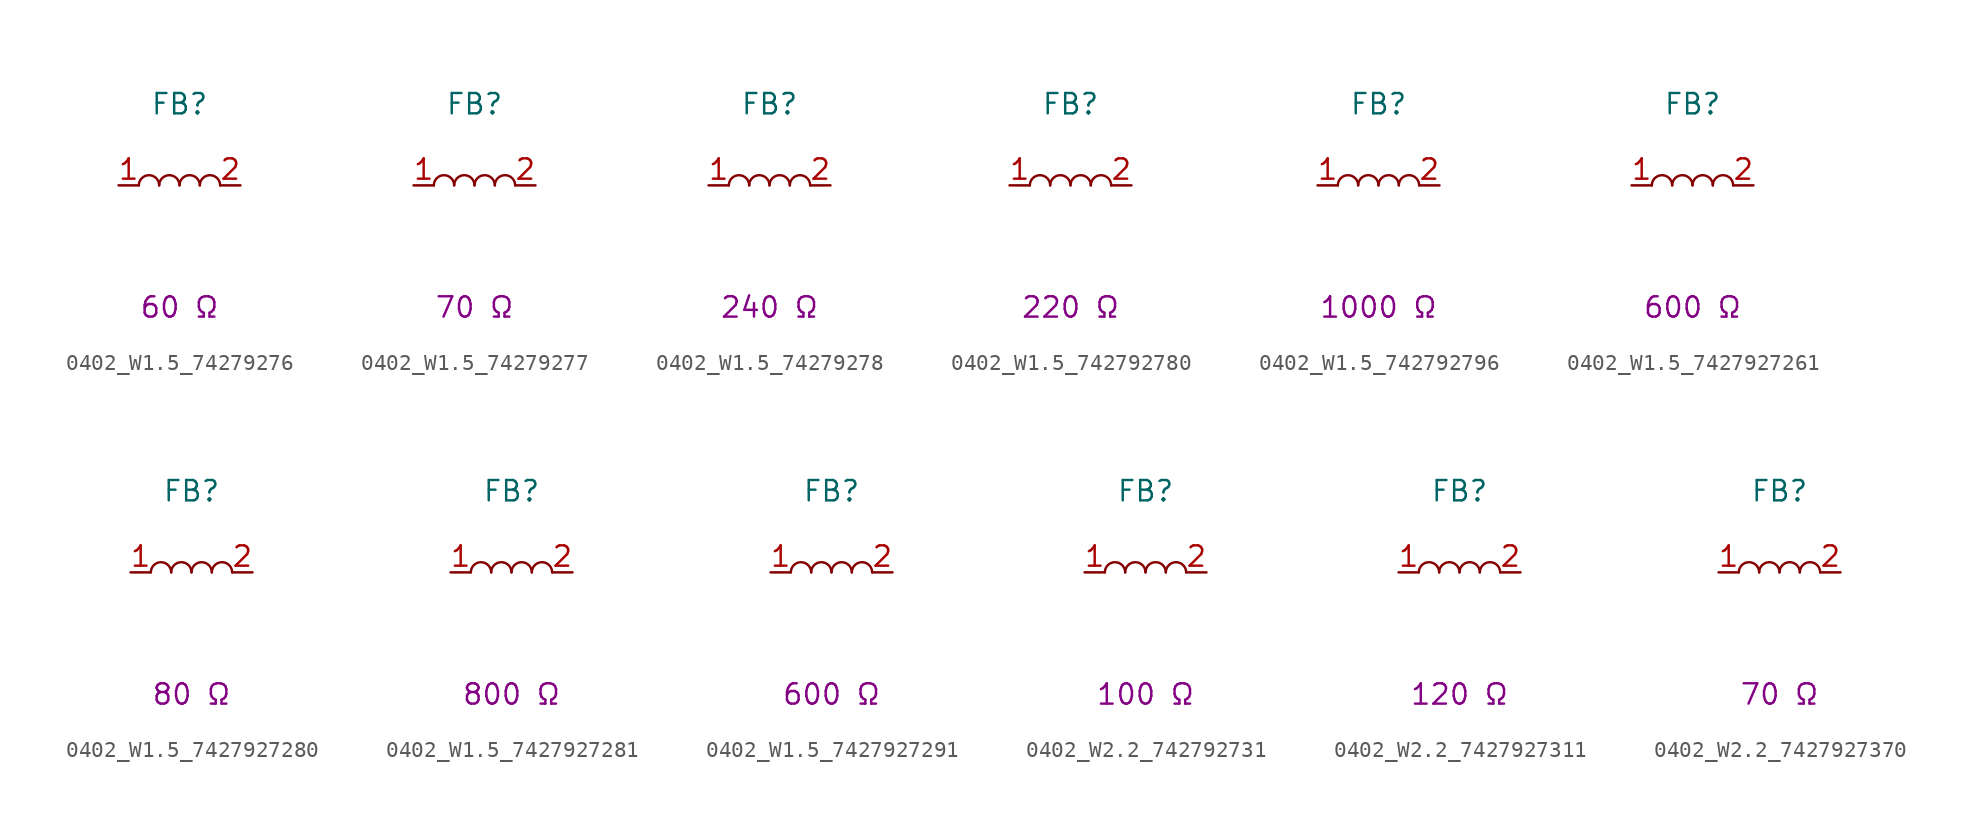
<source format=kicad_sym>
(kicad_symbol_lib
  (version 20220914)
  (generator kicad_symbol_editor)
  (symbol "0402_W1.5_74279276"
    (pin_names hide)
    (property "Reference" "FB"
      (at 0 5.08 0)
      (effects (font (size 1.27 1.27))))
    (property "Critical Parameter" "60 Ω"
      (at 0 -7.62 0)
      (effects (font (size 1.27 1.27))))
    (symbol "0402_W1.5_74279276_0_1"
      (arc (start -1.27 0) (mid -1.905 0.6323) (end -2.54 0) (stroke (width 0) (type default)) (fill (type none)))
      (arc (start 0 0) (mid -0.635 0.6323) (end -1.27 0) (stroke (width 0) (type default)) (fill (type none)))
      (arc (start 1.27 0) (mid 0.635 0.6323) (end 0 0) (stroke (width 0) (type default)) (fill (type none)))
      (arc (start 2.54 0) (mid 1.905 0.6323) (end 1.27 0) (stroke (width 0) (type default)) (fill (type none))))
    (symbol "0402_W1.5_74279276_1_1"
      (pin passive line (at -3.81 0 0) (length 1.27) (name "1" (effects (font (size 1.27 1.27)))) (number "1" (effects (font (size 1.27 1.27)))))
      (pin passive line (at 3.81 0 180) (length 1.27) (name "2" (effects (font (size 1.27 1.27)))) (number "2" (effects (font (size 1.27 1.27)))))))
  (symbol "0402_W1.5_74279277"
    (pin_names hide)
    (property "Reference" "FB"
      (at 0 5.08 0)
      (effects (font (size 1.27 1.27))))
    (property "Critical Parameter" "70 Ω"
      (at 0 -7.62 0)
      (effects (font (size 1.27 1.27))))
    (symbol "0402_W1.5_74279277_0_1"
      (arc (start -1.27 0) (mid -1.905 0.6323) (end -2.54 0) (stroke (width 0) (type default)) (fill (type none)))
      (arc (start 0 0) (mid -0.635 0.6323) (end -1.27 0) (stroke (width 0) (type default)) (fill (type none)))
      (arc (start 1.27 0) (mid 0.635 0.6323) (end 0 0) (stroke (width 0) (type default)) (fill (type none)))
      (arc (start 2.54 0) (mid 1.905 0.6323) (end 1.27 0) (stroke (width 0) (type default)) (fill (type none))))
    (symbol "0402_W1.5_74279277_1_1"
      (pin passive line (at -3.81 0 0) (length 1.27) (name "1" (effects (font (size 1.27 1.27)))) (number "1" (effects (font (size 1.27 1.27)))))
      (pin passive line (at 3.81 0 180) (length 1.27) (name "2" (effects (font (size 1.27 1.27)))) (number "2" (effects (font (size 1.27 1.27)))))))
  (symbol "0402_W1.5_74279278"
    (pin_names hide)
    (property "Reference" "FB"
      (at 0 5.08 0)
      (effects (font (size 1.27 1.27))))
    (property "Critical Parameter" "240 Ω"
      (at 0 -7.62 0)
      (effects (font (size 1.27 1.27))))
    (symbol "0402_W1.5_74279278_0_1"
      (arc (start -1.27 0) (mid -1.905 0.6323) (end -2.54 0) (stroke (width 0) (type default)) (fill (type none)))
      (arc (start 0 0) (mid -0.635 0.6323) (end -1.27 0) (stroke (width 0) (type default)) (fill (type none)))
      (arc (start 1.27 0) (mid 0.635 0.6323) (end 0 0) (stroke (width 0) (type default)) (fill (type none)))
      (arc (start 2.54 0) (mid 1.905 0.6323) (end 1.27 0) (stroke (width 0) (type default)) (fill (type none))))
    (symbol "0402_W1.5_74279278_1_1"
      (pin passive line (at -3.81 0 0) (length 1.27) (name "1" (effects (font (size 1.27 1.27)))) (number "1" (effects (font (size 1.27 1.27)))))
      (pin passive line (at 3.81 0 180) (length 1.27) (name "2" (effects (font (size 1.27 1.27)))) (number "2" (effects (font (size 1.27 1.27)))))))
  (symbol "0402_W1.5_742792780"
    (pin_names hide)
    (property "Reference" "FB"
      (at 0 5.08 0)
      (effects (font (size 1.27 1.27))))
    (property "Critical Parameter" "220 Ω"
      (at 0 -7.62 0)
      (effects (font (size 1.27 1.27))))
    (symbol "0402_W1.5_742792780_0_1"
      (arc (start -1.27 0) (mid -1.905 0.6323) (end -2.54 0) (stroke (width 0) (type default)) (fill (type none)))
      (arc (start 0 0) (mid -0.635 0.6323) (end -1.27 0) (stroke (width 0) (type default)) (fill (type none)))
      (arc (start 1.27 0) (mid 0.635 0.6323) (end 0 0) (stroke (width 0) (type default)) (fill (type none)))
      (arc (start 2.54 0) (mid 1.905 0.6323) (end 1.27 0) (stroke (width 0) (type default)) (fill (type none))))
    (symbol "0402_W1.5_742792780_1_1"
      (pin passive line (at -3.81 0 0) (length 1.27) (name "1" (effects (font (size 1.27 1.27)))) (number "1" (effects (font (size 1.27 1.27)))))
      (pin passive line (at 3.81 0 180) (length 1.27) (name "2" (effects (font (size 1.27 1.27)))) (number "2" (effects (font (size 1.27 1.27)))))))
  (symbol "0402_W1.5_742792796"
    (pin_names hide)
    (property "Reference" "FB"
      (at 0 5.08 0)
      (effects (font (size 1.27 1.27))))
    (property "Critical Parameter" "1000 Ω"
      (at 0 -7.62 0)
      (effects (font (size 1.27 1.27))))
    (symbol "0402_W1.5_742792796_0_1"
      (arc (start -1.27 0) (mid -1.905 0.6323) (end -2.54 0) (stroke (width 0) (type default)) (fill (type none)))
      (arc (start 0 0) (mid -0.635 0.6323) (end -1.27 0) (stroke (width 0) (type default)) (fill (type none)))
      (arc (start 1.27 0) (mid 0.635 0.6323) (end 0 0) (stroke (width 0) (type default)) (fill (type none)))
      (arc (start 2.54 0) (mid 1.905 0.6323) (end 1.27 0) (stroke (width 0) (type default)) (fill (type none))))
    (symbol "0402_W1.5_742792796_1_1"
      (pin passive line (at -3.81 0 0) (length 1.27) (name "1" (effects (font (size 1.27 1.27)))) (number "1" (effects (font (size 1.27 1.27)))))
      (pin passive line (at 3.81 0 180) (length 1.27) (name "2" (effects (font (size 1.27 1.27)))) (number "2" (effects (font (size 1.27 1.27)))))))
  (symbol "0402_W1.5_7427927261"
    (pin_names hide)
    (property "Reference" "FB"
      (at 0 5.08 0)
      (effects (font (size 1.27 1.27))))
    (property "Critical Parameter" "600 Ω"
      (at 0 -7.62 0)
      (effects (font (size 1.27 1.27))))
    (symbol "0402_W1.5_7427927261_0_1"
      (arc (start -1.27 0) (mid -1.905 0.6323) (end -2.54 0) (stroke (width 0) (type default)) (fill (type none)))
      (arc (start 0 0) (mid -0.635 0.6323) (end -1.27 0) (stroke (width 0) (type default)) (fill (type none)))
      (arc (start 1.27 0) (mid 0.635 0.6323) (end 0 0) (stroke (width 0) (type default)) (fill (type none)))
      (arc (start 2.54 0) (mid 1.905 0.6323) (end 1.27 0) (stroke (width 0) (type default)) (fill (type none))))
    (symbol "0402_W1.5_7427927261_1_1"
      (pin passive line (at -3.81 0 0) (length 1.27) (name "1" (effects (font (size 1.27 1.27)))) (number "1" (effects (font (size 1.27 1.27)))))
      (pin passive line (at 3.81 0 180) (length 1.27) (name "2" (effects (font (size 1.27 1.27)))) (number "2" (effects (font (size 1.27 1.27)))))))
  (symbol "0402_W1.5_7427927280"
    (pin_names hide)
    (property "Reference" "FB"
      (at 0 5.08 0)
      (effects (font (size 1.27 1.27))))
    (property "Critical Parameter" "80 Ω"
      (at 0 -7.62 0)
      (effects (font (size 1.27 1.27))))
    (symbol "0402_W1.5_7427927280_0_1"
      (arc (start -1.27 0) (mid -1.905 0.6323) (end -2.54 0) (stroke (width 0) (type default)) (fill (type none)))
      (arc (start 0 0) (mid -0.635 0.6323) (end -1.27 0) (stroke (width 0) (type default)) (fill (type none)))
      (arc (start 1.27 0) (mid 0.635 0.6323) (end 0 0) (stroke (width 0) (type default)) (fill (type none)))
      (arc (start 2.54 0) (mid 1.905 0.6323) (end 1.27 0) (stroke (width 0) (type default)) (fill (type none))))
    (symbol "0402_W1.5_7427927280_1_1"
      (pin passive line (at -3.81 0 0) (length 1.27) (name "1" (effects (font (size 1.27 1.27)))) (number "1" (effects (font (size 1.27 1.27)))))
      (pin passive line (at 3.81 0 180) (length 1.27) (name "2" (effects (font (size 1.27 1.27)))) (number "2" (effects (font (size 1.27 1.27)))))))
  (symbol "0402_W1.5_7427927281"
    (pin_names hide)
    (property "Reference" "FB"
      (at 0 5.08 0)
      (effects (font (size 1.27 1.27))))
    (property "Critical Parameter" "800 Ω"
      (at 0 -7.62 0)
      (effects (font (size 1.27 1.27))))
    (symbol "0402_W1.5_7427927281_0_1"
      (arc (start -1.27 0) (mid -1.905 0.6323) (end -2.54 0) (stroke (width 0) (type default)) (fill (type none)))
      (arc (start 0 0) (mid -0.635 0.6323) (end -1.27 0) (stroke (width 0) (type default)) (fill (type none)))
      (arc (start 1.27 0) (mid 0.635 0.6323) (end 0 0) (stroke (width 0) (type default)) (fill (type none)))
      (arc (start 2.54 0) (mid 1.905 0.6323) (end 1.27 0) (stroke (width 0) (type default)) (fill (type none))))
    (symbol "0402_W1.5_7427927281_1_1"
      (pin passive line (at -3.81 0 0) (length 1.27) (name "1" (effects (font (size 1.27 1.27)))) (number "1" (effects (font (size 1.27 1.27)))))
      (pin passive line (at 3.81 0 180) (length 1.27) (name "2" (effects (font (size 1.27 1.27)))) (number "2" (effects (font (size 1.27 1.27)))))))
  (symbol "0402_W1.5_7427927291"
    (pin_names hide)
    (property "Reference" "FB"
      (at 0 5.08 0)
      (effects (font (size 1.27 1.27))))
    (property "Critical Parameter" "600 Ω"
      (at 0 -7.62 0)
      (effects (font (size 1.27 1.27))))
    (symbol "0402_W1.5_7427927291_0_1"
      (arc (start -1.27 0) (mid -1.905 0.6323) (end -2.54 0) (stroke (width 0) (type default)) (fill (type none)))
      (arc (start 0 0) (mid -0.635 0.6323) (end -1.27 0) (stroke (width 0) (type default)) (fill (type none)))
      (arc (start 1.27 0) (mid 0.635 0.6323) (end 0 0) (stroke (width 0) (type default)) (fill (type none)))
      (arc (start 2.54 0) (mid 1.905 0.6323) (end 1.27 0) (stroke (width 0) (type default)) (fill (type none))))
    (symbol "0402_W1.5_7427927291_1_1"
      (pin passive line (at -3.81 0 0) (length 1.27) (name "1" (effects (font (size 1.27 1.27)))) (number "1" (effects (font (size 1.27 1.27)))))
      (pin passive line (at 3.81 0 180) (length 1.27) (name "2" (effects (font (size 1.27 1.27)))) (number "2" (effects (font (size 1.27 1.27)))))))
  (symbol "0402_W2.2_742792731"
    (pin_names hide)
    (property "Reference" "FB"
      (at 0 5.08 0)
      (effects (font (size 1.27 1.27))))
    (property "Critical Parameter" "100 Ω"
      (at 0 -7.62 0)
      (effects (font (size 1.27 1.27))))
    (symbol "0402_W2.2_742792731_0_1"
      (arc (start -1.27 0) (mid -1.905 0.6323) (end -2.54 0) (stroke (width 0) (type default)) (fill (type none)))
      (arc (start 0 0) (mid -0.635 0.6323) (end -1.27 0) (stroke (width 0) (type default)) (fill (type none)))
      (arc (start 1.27 0) (mid 0.635 0.6323) (end 0 0) (stroke (width 0) (type default)) (fill (type none)))
      (arc (start 2.54 0) (mid 1.905 0.6323) (end 1.27 0) (stroke (width 0) (type default)) (fill (type none))))
    (symbol "0402_W2.2_742792731_1_1"
      (pin passive line (at -3.81 0 0) (length 1.27) (name "1" (effects (font (size 1.27 1.27)))) (number "1" (effects (font (size 1.27 1.27)))))
      (pin passive line (at 3.81 0 180) (length 1.27) (name "2" (effects (font (size 1.27 1.27)))) (number "2" (effects (font (size 1.27 1.27)))))))
  (symbol "0402_W2.2_7427927311"
    (pin_names hide)
    (property "Reference" "FB"
      (at 0 5.08 0)
      (effects (font (size 1.27 1.27))))
    (property "Critical Parameter" "120 Ω"
      (at 0 -7.62 0)
      (effects (font (size 1.27 1.27))))
    (symbol "0402_W2.2_7427927311_0_1"
      (arc (start -1.27 0) (mid -1.905 0.6323) (end -2.54 0) (stroke (width 0) (type default)) (fill (type none)))
      (arc (start 0 0) (mid -0.635 0.6323) (end -1.27 0) (stroke (width 0) (type default)) (fill (type none)))
      (arc (start 1.27 0) (mid 0.635 0.6323) (end 0 0) (stroke (width 0) (type default)) (fill (type none)))
      (arc (start 2.54 0) (mid 1.905 0.6323) (end 1.27 0) (stroke (width 0) (type default)) (fill (type none))))
    (symbol "0402_W2.2_7427927311_1_1"
      (pin passive line (at -3.81 0 0) (length 1.27) (name "1" (effects (font (size 1.27 1.27)))) (number "1" (effects (font (size 1.27 1.27)))))
      (pin passive line (at 3.81 0 180) (length 1.27) (name "2" (effects (font (size 1.27 1.27)))) (number "2" (effects (font (size 1.27 1.27)))))))
  (symbol "0402_W2.2_7427927370"
    (pin_names hide)
    (property "Reference" "FB"
      (at 0 5.08 0)
      (effects (font (size 1.27 1.27))))
    (property "Critical Parameter" "70 Ω"
      (at 0 -7.62 0)
      (effects (font (size 1.27 1.27))))
    (symbol "0402_W2.2_7427927370_0_1"
      (arc (start -1.27 0) (mid -1.905 0.6323) (end -2.54 0) (stroke (width 0) (type default)) (fill (type none)))
      (arc (start 0 0) (mid -0.635 0.6323) (end -1.27 0) (stroke (width 0) (type default)) (fill (type none)))
      (arc (start 1.27 0) (mid 0.635 0.6323) (end 0 0) (stroke (width 0) (type default)) (fill (type none)))
      (arc (start 2.54 0) (mid 1.905 0.6323) (end 1.27 0) (stroke (width 0) (type default)) (fill (type none))))
    (symbol "0402_W2.2_7427927370_1_1"
      (pin passive line (at -3.81 0 0) (length 1.27) (name "1" (effects (font (size 1.27 1.27)))) (number "1" (effects (font (size 1.27 1.27)))))
      (pin passive line (at 3.81 0 180) (length 1.27) (name "2" (effects (font (size 1.27 1.27)))) (number "2" (effects (font (size 1.27 1.27))))))))
</source>
